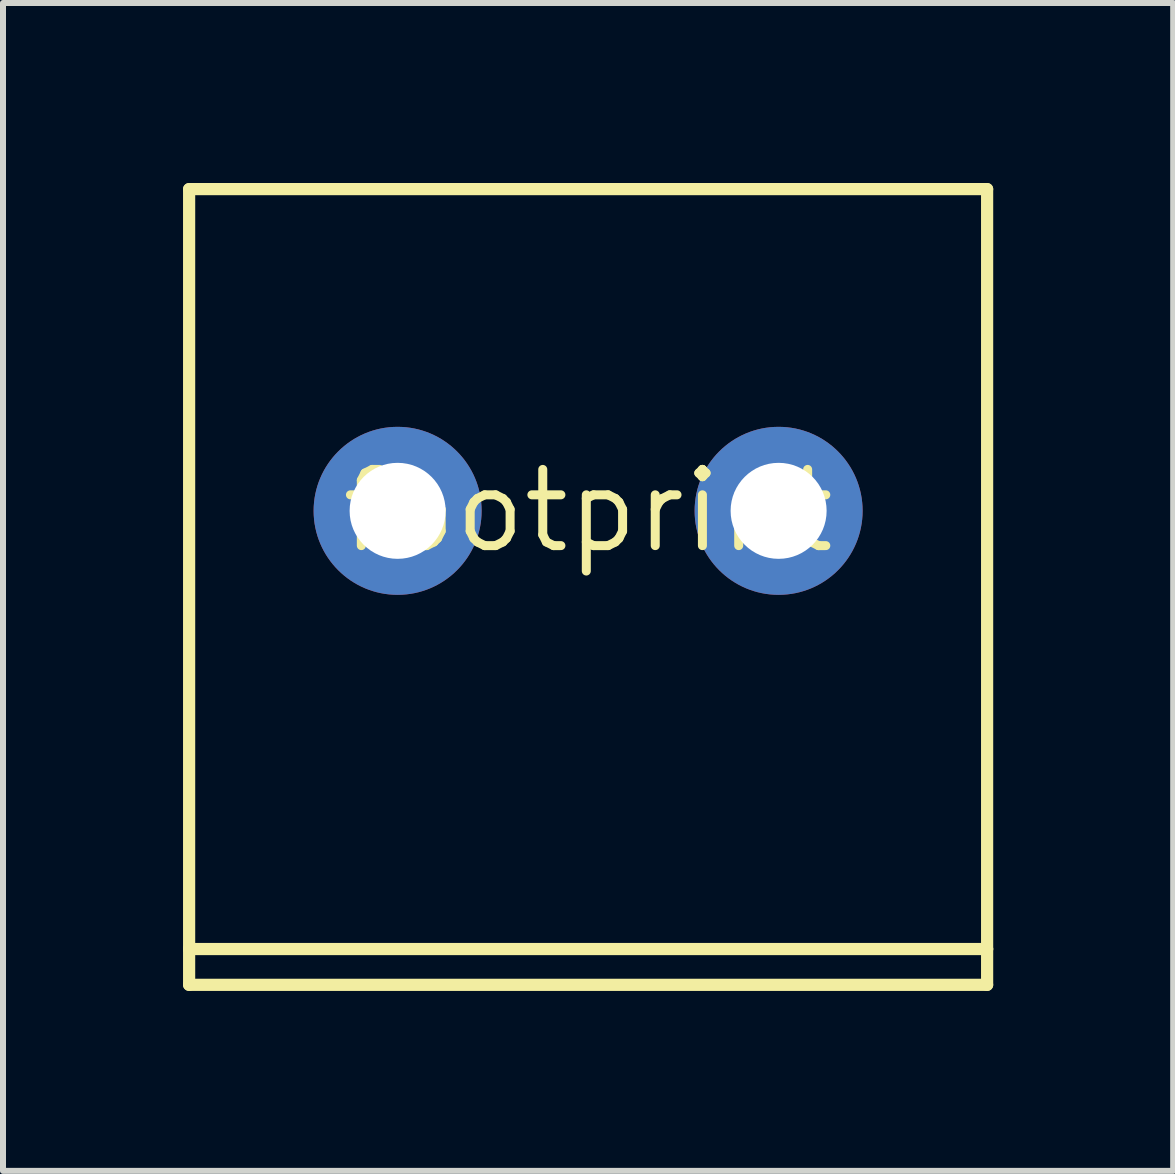
<source format=kicad_pcb>
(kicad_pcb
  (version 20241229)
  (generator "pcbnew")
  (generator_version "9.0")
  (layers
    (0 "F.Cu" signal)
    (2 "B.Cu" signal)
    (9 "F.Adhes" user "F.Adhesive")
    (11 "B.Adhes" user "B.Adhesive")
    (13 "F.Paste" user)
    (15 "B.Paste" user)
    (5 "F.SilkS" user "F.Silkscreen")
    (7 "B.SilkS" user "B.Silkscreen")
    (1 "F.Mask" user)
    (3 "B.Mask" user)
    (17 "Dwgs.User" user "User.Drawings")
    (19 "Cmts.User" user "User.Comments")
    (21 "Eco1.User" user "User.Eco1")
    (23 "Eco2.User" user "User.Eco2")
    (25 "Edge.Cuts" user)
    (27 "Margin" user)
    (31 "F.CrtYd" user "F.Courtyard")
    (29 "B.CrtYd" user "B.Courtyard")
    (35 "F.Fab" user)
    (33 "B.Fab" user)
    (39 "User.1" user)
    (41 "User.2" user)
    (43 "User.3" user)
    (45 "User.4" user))
  (footprint "footprint"
    (layer "F.Cu")
    (at 6.752 5.464)
    (property "Reference" "footprint" (at 0 0 0) (layer "F.SilkS") (effects (font (size 1.27 1.27) (thickness 0.15))))
    (fp_line (start -6.65 -5.362) (end 6.65 -5.362) (stroke (width 0.203) (type solid)) (layer "F.SilkS"))
    (fp_line (start -6.65 7.303) (end -6.65 -5.362) (stroke (width 0.203) (type solid)) (layer "F.SilkS"))
    (fp_line (start -6.65 7.303) (end 6.65 7.303) (stroke (width 0.203) (type solid)) (layer "F.SilkS"))
    (fp_line (start -6.65 7.9) (end -6.65 7.303) (stroke (width 0.203) (type solid)) (layer "F.SilkS"))
    (fp_line (start 6.65 -5.362) (end 6.65 7.303) (stroke (width 0.203) (type solid)) (layer "F.SilkS"))
    (fp_line (start 6.65 7.303) (end 6.65 7.9) (stroke (width 0.203) (type solid)) (layer "F.SilkS"))
    (fp_line (start 6.65 7.9) (end -6.65 7.9) (stroke (width 0.203) (type solid)) (layer "F.SilkS"))
    (pad "P1" thru_hole circle (at -3.175 0) (size 2.8 2.8) (drill 1.6) (layers "*.Cu" "*.Mask"))
    (pad "P2" thru_hole circle (at 3.175 0) (size 2.8 2.8) (drill 1.6) (layers "*.Cu" "*.Mask")))
  (gr_rect
    (start -3 -3)
    (end 16.503 16.465)
    (stroke (width 0.1) (type default))
    (fill no)
    (layer "Edge.Cuts")))
</source>
